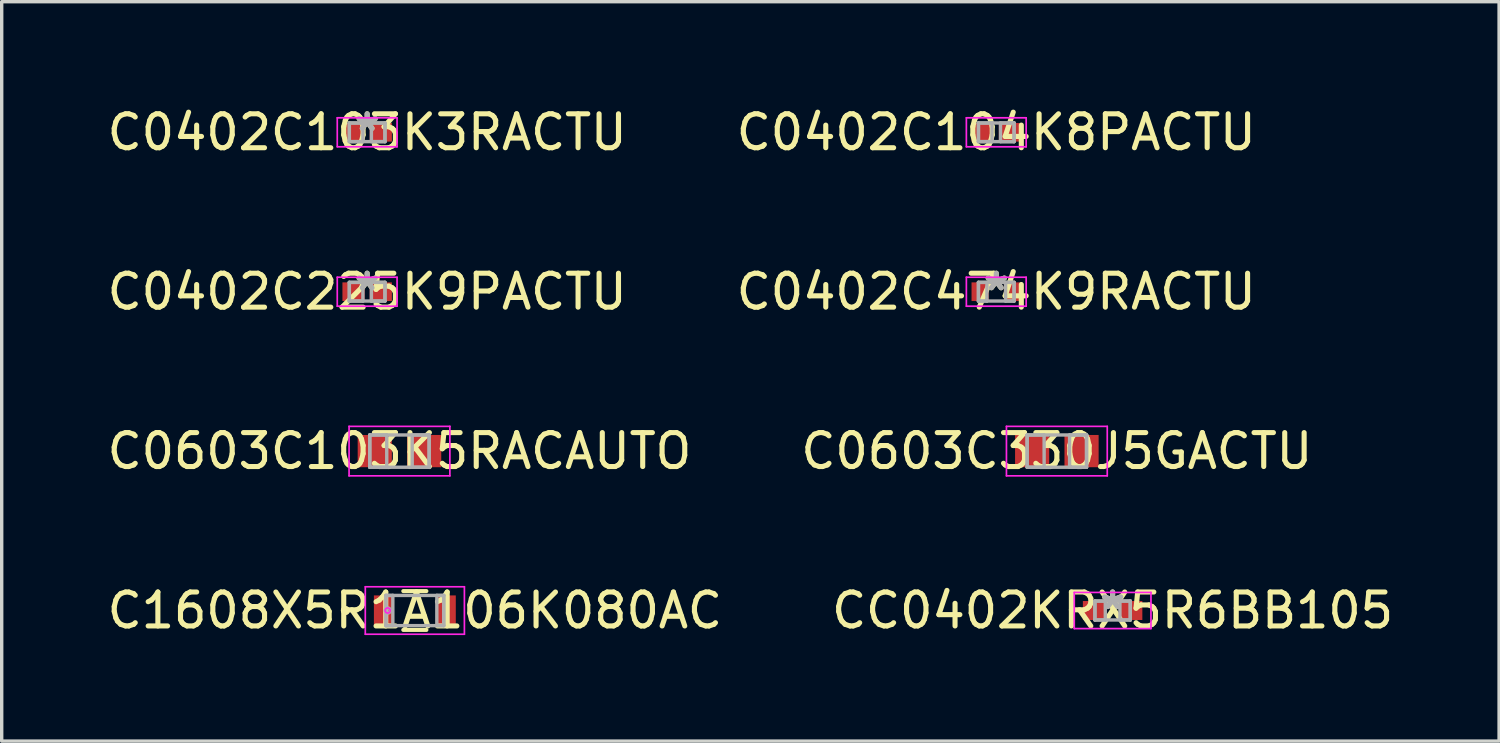
<source format=kicad_pcb>
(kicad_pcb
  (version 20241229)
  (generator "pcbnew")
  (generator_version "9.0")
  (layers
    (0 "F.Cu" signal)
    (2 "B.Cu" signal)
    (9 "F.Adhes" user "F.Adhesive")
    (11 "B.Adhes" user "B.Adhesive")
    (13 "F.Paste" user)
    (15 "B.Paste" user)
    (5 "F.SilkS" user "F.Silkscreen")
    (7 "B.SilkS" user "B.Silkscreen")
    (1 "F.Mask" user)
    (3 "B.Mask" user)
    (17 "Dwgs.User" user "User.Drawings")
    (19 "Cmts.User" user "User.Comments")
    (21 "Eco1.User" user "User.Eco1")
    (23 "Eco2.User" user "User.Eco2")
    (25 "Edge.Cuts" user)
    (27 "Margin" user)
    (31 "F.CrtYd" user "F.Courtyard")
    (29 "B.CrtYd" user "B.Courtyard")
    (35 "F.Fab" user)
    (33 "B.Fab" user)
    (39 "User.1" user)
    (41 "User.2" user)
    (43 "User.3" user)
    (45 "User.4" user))
  (footprint "C0402C103K3RACTU"
    (layer "F.Cu")
    (at 7.768 0.848)
    (property "Reference" "C0402C103K3RACTU" (at 0 0 0) (layer "F.SilkS") (effects (font (size 1 1) (thickness 0.15))))
    (attr through_hole)
    (fp_line (start -0.881 -0.427) (end 0.881 -0.427) (stroke (width 0.05) (type solid)) (layer "F.CrtYd"))
    (fp_line (start -0.881 0.427) (end -0.881 -0.427) (stroke (width 0.05) (type solid)) (layer "F.CrtYd"))
    (fp_line (start 0.881 -0.427) (end 0.881 0.427) (stroke (width 0.05) (type solid)) (layer "F.CrtYd"))
    (fp_line (start 0.881 0.427) (end -0.881 0.427) (stroke (width 0.05) (type solid)) (layer "F.CrtYd"))
    (fp_line (start -0.525 -0.275) (end -0.525 0.275) (stroke (width 0.1) (type solid)) (layer "F.Fab"))
    (fp_line (start -0.525 -0.275) (end -0.525 0.275) (stroke (width 0.1) (type solid)) (layer "F.Fab"))
    (fp_line (start -0.525 0.275) (end -0.125 0.275) (stroke (width 0.1) (type solid)) (layer "F.Fab"))
    (fp_line (start -0.525 0.275) (end 0.525 0.275) (stroke (width 0.1) (type solid)) (layer "F.Fab"))
    (fp_line (start -0.125 -0.275) (end -0.525 -0.275) (stroke (width 0.1) (type solid)) (layer "F.Fab"))
    (fp_line (start -0.125 0.275) (end -0.125 -0.275) (stroke (width 0.1) (type solid)) (layer "F.Fab"))
    (fp_line (start 0.125 -0.275) (end 0.125 0.275) (stroke (width 0.1) (type solid)) (layer "F.Fab"))
    (fp_line (start 0.125 0.275) (end 0.525 0.275) (stroke (width 0.1) (type solid)) (layer "F.Fab"))
    (fp_line (start 0.525 -0.275) (end -0.525 -0.275) (stroke (width 0.1) (type solid)) (layer "F.Fab"))
    (fp_line (start 0.525 -0.275) (end 0.125 -0.275) (stroke (width 0.1) (type solid)) (layer "F.Fab"))
    (fp_line (start 0.525 0.275) (end 0.525 -0.275) (stroke (width 0.1) (type solid)) (layer "F.Fab"))
    (fp_line (start 0.525 0.275) (end 0.525 -0.275) (stroke (width 0.1) (type solid)) (layer "F.Fab"))
    (fp_text user "*" (at 0 0 0) (layer "F.SilkS") (effects (font (size 1 1) (thickness 0.15))))
    (fp_text user "*" (at 0 0 0) (layer "F.Fab") (effects (font (size 1 1) (thickness 0.15))))
    (pad "1" smd rect (at -0.402 0) (size 0.653 0.55) (layers "F.Cu" "F.Mask" "F.Paste"))
    (pad "2" smd rect (at 0.402 0) (size 0.653 0.55) (layers "F.Cu" "F.Mask" "F.Paste")))
  (footprint "C1608X5R1A106K080AC"
    (layer "F.Cu")
    (at 9.173 14.938)
    (property "Reference" "C1608X5R1A106K080AC" (at 0 0 0) (layer "F.SilkS") (effects (font (size 1 1) (thickness 0.15))))
    (attr through_hole)
    (fp_line (start -0.34 0.572) (end 0.34 0.572) (stroke (width 0.12) (type solid)) (layer "F.SilkS"))
    (fp_line (start 0.34 -0.572) (end -0.34 -0.572) (stroke (width 0.12) (type solid)) (layer "F.SilkS"))
    (fp_circle (center -2.045 0) (end -1.968 0) (stroke (width 0.12) (type solid)) (fill no) (layer "F.SilkS"))
    (fp_line (start -1.46 -0.699) (end 1.46 -0.699) (stroke (width 0.05) (type solid)) (layer "F.CrtYd"))
    (fp_line (start -1.46 0.699) (end -1.46 -0.699) (stroke (width 0.05) (type solid)) (layer "F.CrtYd"))
    (fp_line (start 1.46 -0.699) (end 1.46 0.699) (stroke (width 0.05) (type solid)) (layer "F.CrtYd"))
    (fp_line (start 1.46 0.699) (end -1.46 0.699) (stroke (width 0.05) (type solid)) (layer "F.CrtYd"))
    (fp_circle (center -0.8 0) (end -0.724 0) (stroke (width 0.05) (type solid)) (fill no) (layer "F.CrtYd"))
    (fp_line (start -0.851 -0.445) (end -0.851 0.445) (stroke (width 0.1) (type solid)) (layer "F.Fab"))
    (fp_line (start -0.851 -0.445) (end -0.851 0.445) (stroke (width 0.1) (type solid)) (layer "F.Fab"))
    (fp_line (start -0.851 0.445) (end -0.648 0.445) (stroke (width 0.1) (type solid)) (layer "F.Fab"))
    (fp_line (start -0.851 0.445) (end 0.851 0.445) (stroke (width 0.1) (type solid)) (layer "F.Fab"))
    (fp_line (start -0.648 -0.445) (end -0.851 -0.445) (stroke (width 0.1) (type solid)) (layer "F.Fab"))
    (fp_line (start -0.648 0.445) (end -0.648 -0.445) (stroke (width 0.1) (type solid)) (layer "F.Fab"))
    (fp_line (start 0.648 -0.445) (end 0.648 0.445) (stroke (width 0.1) (type solid)) (layer "F.Fab"))
    (fp_line (start 0.648 0.445) (end 0.851 0.445) (stroke (width 0.1) (type solid)) (layer "F.Fab"))
    (fp_line (start 0.851 -0.445) (end -0.851 -0.445) (stroke (width 0.1) (type solid)) (layer "F.Fab"))
    (fp_line (start 0.851 -0.445) (end 0.648 -0.445) (stroke (width 0.1) (type solid)) (layer "F.Fab"))
    (fp_line (start 0.851 0.445) (end 0.851 -0.445) (stroke (width 0.1) (type solid)) (layer "F.Fab"))
    (fp_line (start 0.851 0.445) (end 0.851 -0.445) (stroke (width 0.1) (type solid)) (layer "F.Fab"))
    (fp_circle (center -0.8 0) (end -0.724 0) (stroke (width 0.1) (type solid)) (fill no) (layer "F.Fab"))
    (pad "1" smd rect (at -0.927 0) (size 0.559 0.889) (layers "F.Cu" "F.Mask" "F.Paste"))
    (pad "2" smd rect (at 0.927 0) (size 0.559 0.889) (layers "F.Cu" "F.Mask" "F.Paste")))
  (footprint "C0402C225K9PACTU"
    (layer "F.Cu")
    (at 7.768 5.545)
    (property "Reference" "C0402C225K9PACTU" (at 0 0 0) (layer "F.SilkS") (effects (font (size 1 1) (thickness 0.15))))
    (attr through_hole)
    (fp_line (start -0.881 -0.427) (end 0.881 -0.427) (stroke (width 0.05) (type solid)) (layer "F.CrtYd"))
    (fp_line (start -0.881 0.427) (end -0.881 -0.427) (stroke (width 0.05) (type solid)) (layer "F.CrtYd"))
    (fp_line (start 0.881 -0.427) (end 0.881 0.427) (stroke (width 0.05) (type solid)) (layer "F.CrtYd"))
    (fp_line (start 0.881 0.427) (end -0.881 0.427) (stroke (width 0.05) (type solid)) (layer "F.CrtYd"))
    (fp_line (start -0.525 -0.275) (end -0.525 0.275) (stroke (width 0.1) (type solid)) (layer "F.Fab"))
    (fp_line (start -0.525 -0.275) (end -0.525 0.275) (stroke (width 0.1) (type solid)) (layer "F.Fab"))
    (fp_line (start -0.525 0.275) (end -0.125 0.275) (stroke (width 0.1) (type solid)) (layer "F.Fab"))
    (fp_line (start -0.525 0.275) (end 0.525 0.275) (stroke (width 0.1) (type solid)) (layer "F.Fab"))
    (fp_line (start -0.125 -0.275) (end -0.525 -0.275) (stroke (width 0.1) (type solid)) (layer "F.Fab"))
    (fp_line (start -0.125 0.275) (end -0.125 -0.275) (stroke (width 0.1) (type solid)) (layer "F.Fab"))
    (fp_line (start 0.125 -0.275) (end 0.125 0.275) (stroke (width 0.1) (type solid)) (layer "F.Fab"))
    (fp_line (start 0.125 0.275) (end 0.525 0.275) (stroke (width 0.1) (type solid)) (layer "F.Fab"))
    (fp_line (start 0.525 -0.275) (end -0.525 -0.275) (stroke (width 0.1) (type solid)) (layer "F.Fab"))
    (fp_line (start 0.525 -0.275) (end 0.125 -0.275) (stroke (width 0.1) (type solid)) (layer "F.Fab"))
    (fp_line (start 0.525 0.275) (end 0.525 -0.275) (stroke (width 0.1) (type solid)) (layer "F.Fab"))
    (fp_line (start 0.525 0.275) (end 0.525 -0.275) (stroke (width 0.1) (type solid)) (layer "F.Fab"))
    (fp_text user "*" (at 0 0 0) (layer "F.SilkS") (effects (font (size 1 1) (thickness 0.15))))
    (fp_text user "*" (at 0 0 0) (layer "F.Fab") (effects (font (size 1 1) (thickness 0.15))))
    (pad "1" smd rect (at -0.402 0) (size 0.653 0.55) (layers "F.Cu" "F.Mask" "F.Paste"))
    (pad "2" smd rect (at 0.402 0) (size 0.653 0.55) (layers "F.Cu" "F.Mask" "F.Paste")))
  (footprint "C0402C104K8PACTU"
    (layer "F.Cu")
    (at 26.304 0.848)
    (property "Reference" "C0402C104K8PACTU" (at 0 0 0) (layer "F.SilkS") (effects (font (size 1 1) (thickness 0.15))))
    (attr smd)
    (fp_line (start -0.881 -0.427) (end 0.881 -0.427) (stroke (width 0.05) (type solid)) (layer "F.CrtYd"))
    (fp_line (start -0.881 0.427) (end -0.881 -0.427) (stroke (width 0.05) (type solid)) (layer "F.CrtYd"))
    (fp_line (start 0.881 -0.427) (end 0.881 0.427) (stroke (width 0.05) (type solid)) (layer "F.CrtYd"))
    (fp_line (start 0.881 0.427) (end -0.881 0.427) (stroke (width 0.05) (type solid)) (layer "F.CrtYd"))
    (fp_line (start -0.525 -0.275) (end -0.525 0.275) (stroke (width 0.1) (type solid)) (layer "F.Fab"))
    (fp_line (start -0.525 -0.275) (end -0.525 0.275) (stroke (width 0.1) (type solid)) (layer "F.Fab"))
    (fp_line (start -0.525 0.275) (end -0.125 0.275) (stroke (width 0.1) (type solid)) (layer "F.Fab"))
    (fp_line (start -0.525 0.275) (end 0.525 0.275) (stroke (width 0.1) (type solid)) (layer "F.Fab"))
    (fp_line (start -0.125 -0.275) (end -0.525 -0.275) (stroke (width 0.1) (type solid)) (layer "F.Fab"))
    (fp_line (start -0.125 0.275) (end -0.125 -0.275) (stroke (width 0.1) (type solid)) (layer "F.Fab"))
    (fp_line (start 0.125 -0.275) (end 0.125 0.275) (stroke (width 0.1) (type solid)) (layer "F.Fab"))
    (fp_line (start 0.125 0.275) (end 0.525 0.275) (stroke (width 0.1) (type solid)) (layer "F.Fab"))
    (fp_line (start 0.525 -0.275) (end -0.525 -0.275) (stroke (width 0.1) (type solid)) (layer "F.Fab"))
    (fp_line (start 0.525 -0.275) (end 0.125 -0.275) (stroke (width 0.1) (type solid)) (layer "F.Fab"))
    (fp_line (start 0.525 0.275) (end 0.525 -0.275) (stroke (width 0.1) (type solid)) (layer "F.Fab"))
    (fp_line (start 0.525 0.275) (end 0.525 -0.275) (stroke (width 0.1) (type solid)) (layer "F.Fab"))
    (pad "1" smd rect (at -0.402 0) (size 0.653 0.55) (layers "F.Cu" "F.Mask" "F.Paste"))
    (pad "2" smd rect (at 0.402 0) (size 0.653 0.55) (layers "F.Cu" "F.Mask" "F.Paste")))
  (footprint "C0603C330J5GACTU"
    (layer "F.Cu")
    (at 28.089 10.241)
    (property "Reference" "C0603C330J5GACTU" (at 0 0 0) (layer "F.SilkS") (effects (font (size 1 1) (thickness 0.15))))
    (attr through_hole)
    (fp_line (start -1.485 -0.729) (end 1.485 -0.729) (stroke (width 0.05) (type solid)) (layer "F.CrtYd"))
    (fp_line (start -1.485 0.729) (end -1.485 -0.729) (stroke (width 0.05) (type solid)) (layer "F.CrtYd"))
    (fp_line (start 1.485 -0.729) (end 1.485 0.729) (stroke (width 0.05) (type solid)) (layer "F.CrtYd"))
    (fp_line (start 1.485 0.729) (end -1.485 0.729) (stroke (width 0.05) (type solid)) (layer "F.CrtYd"))
    (fp_line (start -0.875 -0.475) (end -0.875 0.475) (stroke (width 0.1) (type solid)) (layer "F.Fab"))
    (fp_line (start -0.875 -0.475) (end -0.875 0.475) (stroke (width 0.1) (type solid)) (layer "F.Fab"))
    (fp_line (start -0.875 0.475) (end -0.375 0.475) (stroke (width 0.1) (type solid)) (layer "F.Fab"))
    (fp_line (start -0.875 0.475) (end 0.875 0.475) (stroke (width 0.1) (type solid)) (layer "F.Fab"))
    (fp_line (start -0.375 -0.475) (end -0.875 -0.475) (stroke (width 0.1) (type solid)) (layer "F.Fab"))
    (fp_line (start -0.375 0.475) (end -0.375 -0.475) (stroke (width 0.1) (type solid)) (layer "F.Fab"))
    (fp_line (start 0.375 -0.475) (end 0.375 0.475) (stroke (width 0.1) (type solid)) (layer "F.Fab"))
    (fp_line (start 0.375 0.475) (end 0.875 0.475) (stroke (width 0.1) (type solid)) (layer "F.Fab"))
    (fp_line (start 0.875 -0.475) (end -0.875 -0.475) (stroke (width 0.1) (type solid)) (layer "F.Fab"))
    (fp_line (start 0.875 -0.475) (end 0.375 -0.475) (stroke (width 0.1) (type solid)) (layer "F.Fab"))
    (fp_line (start 0.875 0.475) (end 0.875 -0.475) (stroke (width 0.1) (type solid)) (layer "F.Fab"))
    (fp_line (start 0.875 0.475) (end 0.875 -0.475) (stroke (width 0.1) (type solid)) (layer "F.Fab"))
    (pad "1" smd rect (at -0.728 0) (size 1.006 0.95) (layers "F.Cu" "F.Mask" "F.Paste"))
    (pad "2" smd rect (at 0.728 0) (size 1.006 0.95) (layers "F.Cu" "F.Mask" "F.Paste")))
  (footprint "C0402C474K9RACTU"
    (layer "F.Cu")
    (at 26.304 5.545)
    (property "Reference" "C0402C474K9RACTU" (at 0 0 0) (layer "F.SilkS") (effects (font (size 1 1) (thickness 0.15))))
    (attr smd)
    (fp_line (start -0.881 -0.427) (end 0.881 -0.427) (stroke (width 0.05) (type solid)) (layer "F.CrtYd"))
    (fp_line (start -0.881 0.427) (end -0.881 -0.427) (stroke (width 0.05) (type solid)) (layer "F.CrtYd"))
    (fp_line (start 0.881 -0.427) (end 0.881 0.427) (stroke (width 0.05) (type solid)) (layer "F.CrtYd"))
    (fp_line (start 0.881 0.427) (end -0.881 0.427) (stroke (width 0.05) (type solid)) (layer "F.CrtYd"))
    (fp_line (start -0.525 -0.275) (end -0.525 0.275) (stroke (width 0.1) (type solid)) (layer "F.Fab"))
    (fp_line (start -0.525 -0.275) (end -0.525 0.275) (stroke (width 0.1) (type solid)) (layer "F.Fab"))
    (fp_line (start -0.525 0.275) (end -0.275 0.275) (stroke (width 0.1) (type solid)) (layer "F.Fab"))
    (fp_line (start -0.525 0.275) (end 0.525 0.275) (stroke (width 0.1) (type solid)) (layer "F.Fab"))
    (fp_line (start -0.275 -0.275) (end -0.525 -0.275) (stroke (width 0.1) (type solid)) (layer "F.Fab"))
    (fp_line (start -0.275 0.275) (end -0.275 -0.275) (stroke (width 0.1) (type solid)) (layer "F.Fab"))
    (fp_line (start 0.275 -0.275) (end 0.275 0.275) (stroke (width 0.1) (type solid)) (layer "F.Fab"))
    (fp_line (start 0.275 0.275) (end 0.525 0.275) (stroke (width 0.1) (type solid)) (layer "F.Fab"))
    (fp_line (start 0.525 -0.275) (end -0.525 -0.275) (stroke (width 0.1) (type solid)) (layer "F.Fab"))
    (fp_line (start 0.525 -0.275) (end 0.275 -0.275) (stroke (width 0.1) (type solid)) (layer "F.Fab"))
    (fp_line (start 0.525 0.275) (end 0.525 -0.275) (stroke (width 0.1) (type solid)) (layer "F.Fab"))
    (fp_line (start 0.525 0.275) (end 0.525 -0.275) (stroke (width 0.1) (type solid)) (layer "F.Fab"))
    (fp_text user "*" (at 0 0 0) (layer "F.SilkS") (effects (font (size 1 1) (thickness 0.15))))
    (fp_text user "*" (at 0 0 0) (layer "F.Fab") (effects (font (size 1 1) (thickness 0.15))))
    (pad "1" smd rect (at -0.477 0) (size 0.503 0.55) (layers "F.Cu" "F.Mask" "F.Paste"))
    (pad "2" smd rect (at 0.477 0) (size 0.503 0.55) (layers "F.Cu" "F.Mask" "F.Paste")))
  (footprint "C0603C103K5RACAUTO"
    (layer "F.Cu")
    (at 8.72 10.241)
    (property "Reference" "C0603C103K5RACAUTO" (at 0 0 0) (layer "F.SilkS") (effects (font (size 1 1) (thickness 0.15))))
    (attr smd)
    (fp_line (start -1.485 -0.729) (end 1.485 -0.729) (stroke (width 0.05) (type solid)) (layer "F.CrtYd"))
    (fp_line (start -1.485 0.729) (end -1.485 -0.729) (stroke (width 0.05) (type solid)) (layer "F.CrtYd"))
    (fp_line (start 1.485 -0.729) (end 1.485 0.729) (stroke (width 0.05) (type solid)) (layer "F.CrtYd"))
    (fp_line (start 1.485 0.729) (end -1.485 0.729) (stroke (width 0.05) (type solid)) (layer "F.CrtYd"))
    (fp_line (start -0.875 -0.475) (end -0.875 0.475) (stroke (width 0.1) (type solid)) (layer "F.Fab"))
    (fp_line (start -0.875 -0.475) (end -0.875 0.475) (stroke (width 0.1) (type solid)) (layer "F.Fab"))
    (fp_line (start -0.875 0.475) (end -0.375 0.475) (stroke (width 0.1) (type solid)) (layer "F.Fab"))
    (fp_line (start -0.875 0.475) (end 0.875 0.475) (stroke (width 0.1) (type solid)) (layer "F.Fab"))
    (fp_line (start -0.375 -0.475) (end -0.875 -0.475) (stroke (width 0.1) (type solid)) (layer "F.Fab"))
    (fp_line (start -0.375 0.475) (end -0.375 -0.475) (stroke (width 0.1) (type solid)) (layer "F.Fab"))
    (fp_line (start 0.375 -0.475) (end 0.375 0.475) (stroke (width 0.1) (type solid)) (layer "F.Fab"))
    (fp_line (start 0.375 0.475) (end 0.875 0.475) (stroke (width 0.1) (type solid)) (layer "F.Fab"))
    (fp_line (start 0.875 -0.475) (end -0.875 -0.475) (stroke (width 0.1) (type solid)) (layer "F.Fab"))
    (fp_line (start 0.875 -0.475) (end 0.375 -0.475) (stroke (width 0.1) (type solid)) (layer "F.Fab"))
    (fp_line (start 0.875 0.475) (end 0.875 -0.475) (stroke (width 0.1) (type solid)) (layer "F.Fab"))
    (fp_line (start 0.875 0.475) (end 0.875 -0.475) (stroke (width 0.1) (type solid)) (layer "F.Fab"))
    (pad "1" smd rect (at -0.728 0) (size 1.006 0.95) (layers "F.Cu" "F.Mask" "F.Paste"))
    (pad "2" smd rect (at 0.728 0) (size 1.006 0.95) (layers "F.Cu" "F.Mask" "F.Paste")))
  (footprint "CC0402KRX5R6BB105"
    (layer "F.Cu")
    (at 29.732 14.938)
    (property "Reference" "CC0402KRX5R6BB105" (at 0 0 0) (layer "F.SilkS") (effects (font (size 1 1) (thickness 0.15))))
    (attr through_hole)
    (fp_line (start -1.13 -0.533) (end 1.13 -0.533) (stroke (width 0.05) (type solid)) (layer "F.CrtYd"))
    (fp_line (start -1.13 0.533) (end -1.13 -0.533) (stroke (width 0.05) (type solid)) (layer "F.CrtYd"))
    (fp_line (start 1.13 -0.533) (end 1.13 0.533) (stroke (width 0.05) (type solid)) (layer "F.CrtYd"))
    (fp_line (start 1.13 0.533) (end -1.13 0.533) (stroke (width 0.05) (type solid)) (layer "F.CrtYd"))
    (fp_line (start -0.521 -0.279) (end -0.521 0.279) (stroke (width 0.1) (type solid)) (layer "F.Fab"))
    (fp_line (start -0.521 -0.279) (end -0.521 0.279) (stroke (width 0.1) (type solid)) (layer "F.Fab"))
    (fp_line (start -0.521 0.279) (end -0.216 0.279) (stroke (width 0.1) (type solid)) (layer "F.Fab"))
    (fp_line (start -0.521 0.279) (end 0.521 0.279) (stroke (width 0.1) (type solid)) (layer "F.Fab"))
    (fp_line (start -0.216 -0.279) (end -0.521 -0.279) (stroke (width 0.1) (type solid)) (layer "F.Fab"))
    (fp_line (start -0.216 0.279) (end -0.216 -0.279) (stroke (width 0.1) (type solid)) (layer "F.Fab"))
    (fp_line (start 0.216 -0.279) (end 0.216 0.279) (stroke (width 0.1) (type solid)) (layer "F.Fab"))
    (fp_line (start 0.216 0.279) (end 0.521 0.279) (stroke (width 0.1) (type solid)) (layer "F.Fab"))
    (fp_line (start 0.521 -0.279) (end -0.521 -0.279) (stroke (width 0.1) (type solid)) (layer "F.Fab"))
    (fp_line (start 0.521 -0.279) (end 0.216 -0.279) (stroke (width 0.1) (type solid)) (layer "F.Fab"))
    (fp_line (start 0.521 0.279) (end 0.521 -0.279) (stroke (width 0.1) (type solid)) (layer "F.Fab"))
    (fp_line (start 0.521 0.279) (end 0.521 -0.279) (stroke (width 0.1) (type solid)) (layer "F.Fab"))
    (fp_text user "*" (at 0 0 0) (layer "F.SilkS") (effects (font (size 1 1) (thickness 0.15))))
    (fp_text user "*" (at 0 0 0) (layer "F.Fab") (effects (font (size 1 1) (thickness 0.15))))
    (pad "1" smd rect (at -0.546 0) (size 0.66 0.559) (layers "F.Cu" "F.Mask" "F.Paste"))
    (pad "2" smd rect (at 0.546 0) (size 0.66 0.559) (layers "F.Cu" "F.Mask" "F.Paste")))
  (gr_rect
    (start -3 -3)
    (end 41.119 18.786)
    (stroke (width 0.1) (type default))
    (fill no)
    (layer "Edge.Cuts")))
</source>
